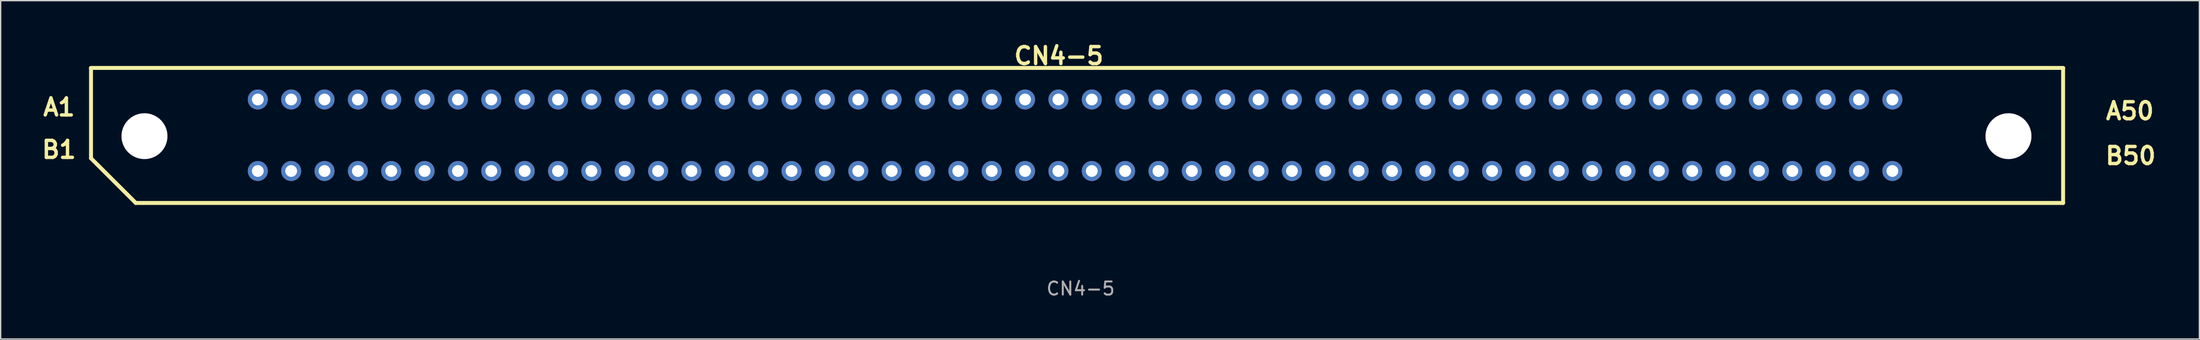
<source format=kicad_pcb>
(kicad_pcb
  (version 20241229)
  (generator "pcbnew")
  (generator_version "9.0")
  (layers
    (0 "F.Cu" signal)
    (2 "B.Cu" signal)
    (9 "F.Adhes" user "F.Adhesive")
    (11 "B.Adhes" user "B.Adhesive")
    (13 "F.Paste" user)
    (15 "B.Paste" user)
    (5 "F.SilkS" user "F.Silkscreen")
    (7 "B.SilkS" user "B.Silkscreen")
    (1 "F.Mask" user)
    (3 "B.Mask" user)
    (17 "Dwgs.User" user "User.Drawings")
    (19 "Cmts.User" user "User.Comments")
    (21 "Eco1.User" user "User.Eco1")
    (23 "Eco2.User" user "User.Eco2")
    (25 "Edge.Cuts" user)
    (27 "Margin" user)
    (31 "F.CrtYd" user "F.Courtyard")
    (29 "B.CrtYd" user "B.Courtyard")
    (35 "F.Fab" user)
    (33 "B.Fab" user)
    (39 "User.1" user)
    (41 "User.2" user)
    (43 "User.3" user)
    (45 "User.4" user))
  (footprint "CN4-5"
    (layer "F.Cu")
    (at 79.23 16.487)
    (property "Reference" "CN4-5" (at -1.66 -15.27 0) (unlocked yes) (layer "F.SilkS") (effects (font (size 1.3 1.3) (thickness 0.26) (bold yes))))
    (attr through_hole)
    (fp_line (start -75.36 -14.35) (end -71.57 -14.35) (stroke (width 0.3) (type solid)) (layer "F.SilkS"))
    (fp_line (start -75.35 -7.45) (end -75.35 -14.34) (stroke (width 0.3) (type solid)) (layer "F.SilkS"))
    (fp_line (start -71.94 -4.04) (end -75.35 -7.45) (stroke (width 0.3) (type solid)) (layer "F.SilkS"))
    (fp_line (start -71.57 -14.35) (end 74.81 -14.35) (stroke (width 0.3) (type solid)) (layer "F.SilkS"))
    (fp_line (start 74.81 -14.35) (end 74.81 -4.04) (stroke (width 0.3) (type solid)) (layer "F.SilkS"))
    (fp_line (start 74.81 -4.04) (end -71.94 -4.04) (stroke (width 0.3) (type solid)) (layer "F.SilkS"))
    (fp_text user "A1" (at -79.13 -10.59 0) (unlocked yes) (layer "F.SilkS") (effects (font (size 1.3 1.3) (thickness 0.26) (bold yes)) (justify left bottom)))
    (fp_text user "B50" (at 77.89 -6.88 0) (unlocked yes) (layer "F.SilkS") (effects (font (size 1.3 1.3) (thickness 0.26) (bold yes)) (justify left bottom)))
    (fp_text user "A50" (at 77.93 -10.3 0) (unlocked yes) (layer "F.SilkS") (effects (font (size 1.3 1.3) (thickness 0.26) (bold yes)) (justify left bottom)))
    (fp_text user "B1" (at -79.23 -7.35 0) (unlocked yes) (layer "F.SilkS") (effects (font (size 1.3 1.3) (thickness 0.26) (bold yes)) (justify left bottom)))
    (fp_text user "${REFERENCE}" (at 0 2.5 0) (unlocked yes) (layer "F.Fab") (effects (font (size 1 1) (thickness 0.15))))
    (pad "" np_thru_hole circle (at -71.28 -9.14) (size 3.5 3.5) (drill 3.5) (layers "*.Cu" "*.Mask"))
    (pad "" np_thru_hole circle (at 70.65 -9.14) (size 3.5 3.5) (drill 3.5) (layers "*.Cu" "*.Mask"))
    (pad "a1" thru_hole circle (at -62.65 -11.94) (size 1.524 1.524) (drill 0.9) (layers "*.Cu" "*.Mask"))
    (pad "a2" thru_hole circle (at -60.11 -11.94) (size 1.524 1.524) (drill 0.9) (layers "*.Cu" "*.Mask"))
    (pad "a3" thru_hole circle (at -57.57 -11.94) (size 1.524 1.524) (drill 0.9) (layers "*.Cu" "*.Mask"))
    (pad "a4" thru_hole circle (at -55.03 -11.94) (size 1.524 1.524) (drill 0.9) (layers "*.Cu" "*.Mask"))
    (pad "a5" thru_hole circle (at -52.49 -11.94) (size 1.524 1.524) (drill 0.9) (layers "*.Cu" "*.Mask"))
    (pad "a6" thru_hole circle (at -49.95 -11.94) (size 1.524 1.524) (drill 0.9) (layers "*.Cu" "*.Mask"))
    (pad "a7" thru_hole circle (at -47.41 -11.94) (size 1.524 1.524) (drill 0.9) (layers "*.Cu" "*.Mask"))
    (pad "a8" thru_hole circle (at -44.87 -11.94) (size 1.524 1.524) (drill 0.9) (layers "*.Cu" "*.Mask"))
    (pad "a9" thru_hole circle (at -42.33 -11.94) (size 1.524 1.524) (drill 0.9) (layers "*.Cu" "*.Mask"))
    (pad "a10" thru_hole circle (at -39.79 -11.94) (size 1.524 1.524) (drill 0.9) (layers "*.Cu" "*.Mask"))
    (pad "a11" thru_hole circle (at -37.25 -11.94) (size 1.524 1.524) (drill 0.9) (layers "*.Cu" "*.Mask"))
    (pad "a12" thru_hole circle (at -34.71 -11.94) (size 1.524 1.524) (drill 0.9) (layers "*.Cu" "*.Mask"))
    (pad "a13" thru_hole circle (at -32.17 -11.94) (size 1.524 1.524) (drill 0.9) (layers "*.Cu" "*.Mask"))
    (pad "a14" thru_hole circle (at -29.63 -11.94) (size 1.524 1.524) (drill 0.9) (layers "*.Cu" "*.Mask"))
    (pad "a15" thru_hole circle (at -27.09 -11.94) (size 1.524 1.524) (drill 0.9) (layers "*.Cu" "*.Mask"))
    (pad "a16" thru_hole circle (at -24.55 -11.94) (size 1.524 1.524) (drill 0.9) (layers "*.Cu" "*.Mask"))
    (pad "a17" thru_hole circle (at -22.01 -11.94) (size 1.524 1.524) (drill 0.9) (layers "*.Cu" "*.Mask"))
    (pad "a18" thru_hole circle (at -19.47 -11.94) (size 1.524 1.524) (drill 0.9) (layers "*.Cu" "*.Mask"))
    (pad "a19" thru_hole circle (at -16.93 -11.94) (size 1.524 1.524) (drill 0.9) (layers "*.Cu" "*.Mask"))
    (pad "a20" thru_hole circle (at -14.39 -11.94) (size 1.524 1.524) (drill 0.9) (layers "*.Cu" "*.Mask"))
    (pad "a21" thru_hole circle (at -11.85 -11.94) (size 1.524 1.524) (drill 0.9) (layers "*.Cu" "*.Mask"))
    (pad "a22" thru_hole circle (at -9.31 -11.94) (size 1.524 1.524) (drill 0.9) (layers "*.Cu" "*.Mask"))
    (pad "a23" thru_hole circle (at -6.77 -11.94) (size 1.524 1.524) (drill 0.9) (layers "*.Cu" "*.Mask"))
    (pad "a24" thru_hole circle (at -4.23 -11.94) (size 1.524 1.524) (drill 0.9) (layers "*.Cu" "*.Mask"))
    (pad "a25" thru_hole circle (at -1.69 -11.94) (size 1.524 1.524) (drill 0.9) (layers "*.Cu" "*.Mask"))
    (pad "a26" thru_hole circle (at 0.85 -11.94) (size 1.524 1.524) (drill 0.9) (layers "*.Cu" "*.Mask"))
    (pad "a27" thru_hole circle (at 3.39 -11.94) (size 1.524 1.524) (drill 0.9) (layers "*.Cu" "*.Mask"))
    (pad "a28" thru_hole circle (at 5.93 -11.94) (size 1.524 1.524) (drill 0.9) (layers "*.Cu" "*.Mask"))
    (pad "a29" thru_hole circle (at 8.47 -11.94) (size 1.524 1.524) (drill 0.9) (layers "*.Cu" "*.Mask"))
    (pad "a30" thru_hole circle (at 11.01 -11.94) (size 1.524 1.524) (drill 0.9) (layers "*.Cu" "*.Mask"))
    (pad "a31" thru_hole circle (at 13.55 -11.94) (size 1.524 1.524) (drill 0.9) (layers "*.Cu" "*.Mask"))
    (pad "a32" thru_hole circle (at 16.09 -11.94) (size 1.524 1.524) (drill 0.9) (layers "*.Cu" "*.Mask"))
    (pad "a33" thru_hole circle (at 18.63 -11.94) (size 1.524 1.524) (drill 0.9) (layers "*.Cu" "*.Mask"))
    (pad "a34" thru_hole circle (at 21.17 -11.94) (size 1.524 1.524) (drill 0.9) (layers "*.Cu" "*.Mask"))
    (pad "a35" thru_hole circle (at 23.71 -11.94) (size 1.524 1.524) (drill 0.9) (layers "*.Cu" "*.Mask"))
    (pad "a36" thru_hole circle (at 26.25 -11.94) (size 1.524 1.524) (drill 0.9) (layers "*.Cu" "*.Mask"))
    (pad "a37" thru_hole circle (at 28.79 -11.94) (size 1.524 1.524) (drill 0.9) (layers "*.Cu" "*.Mask"))
    (pad "a38" thru_hole circle (at 31.33 -11.94) (size 1.524 1.524) (drill 0.9) (layers "*.Cu" "*.Mask"))
    (pad "a39" thru_hole circle (at 33.87 -11.94) (size 1.524 1.524) (drill 0.9) (layers "*.Cu" "*.Mask"))
    (pad "a40" thru_hole circle (at 36.41 -11.94) (size 1.524 1.524) (drill 0.9) (layers "*.Cu" "*.Mask"))
    (pad "a41" thru_hole circle (at 38.95 -11.94) (size 1.524 1.524) (drill 0.9) (layers "*.Cu" "*.Mask"))
    (pad "a42" thru_hole circle (at 41.49 -11.94) (size 1.524 1.524) (drill 0.9) (layers "*.Cu" "*.Mask"))
    (pad "a43" thru_hole circle (at 44.03 -11.94) (size 1.524 1.524) (drill 0.9) (layers "*.Cu" "*.Mask"))
    (pad "a44" thru_hole circle (at 46.57 -11.94) (size 1.524 1.524) (drill 0.9) (layers "*.Cu" "*.Mask"))
    (pad "a45" thru_hole circle (at 49.11 -11.94) (size 1.524 1.524) (drill 0.9) (layers "*.Cu" "*.Mask"))
    (pad "a46" thru_hole circle (at 51.65 -11.94) (size 1.524 1.524) (drill 0.9) (layers "*.Cu" "*.Mask"))
    (pad "a47" thru_hole circle (at 54.19 -11.94) (size 1.524 1.524) (drill 0.9) (layers "*.Cu" "*.Mask"))
    (pad "a48" thru_hole circle (at 56.73 -11.94) (size 1.524 1.524) (drill 0.9) (layers "*.Cu" "*.Mask"))
    (pad "a49" thru_hole circle (at 59.27 -11.94) (size 1.524 1.524) (drill 0.9) (layers "*.Cu" "*.Mask"))
    (pad "a50" thru_hole circle (at 61.81 -11.94) (size 1.524 1.524) (drill 0.9) (layers "*.Cu" "*.Mask"))
    (pad "b1" thru_hole circle (at -62.65 -6.48) (size 1.524 1.524) (drill 0.9) (layers "*.Cu" "*.Mask"))
    (pad "b2" thru_hole circle (at -60.11 -6.48) (size 1.524 1.524) (drill 0.9) (layers "*.Cu" "*.Mask"))
    (pad "b3" thru_hole circle (at -57.57 -6.48) (size 1.524 1.524) (drill 0.9) (layers "*.Cu" "*.Mask"))
    (pad "b4" thru_hole circle (at -55.03 -6.48) (size 1.524 1.524) (drill 0.9) (layers "*.Cu" "*.Mask"))
    (pad "b5" thru_hole circle (at -52.49 -6.48) (size 1.524 1.524) (drill 0.9) (layers "*.Cu" "*.Mask"))
    (pad "b6" thru_hole circle (at -49.95 -6.48) (size 1.524 1.524) (drill 0.9) (layers "*.Cu" "*.Mask"))
    (pad "b7" thru_hole circle (at -47.41 -6.48) (size 1.524 1.524) (drill 0.9) (layers "*.Cu" "*.Mask"))
    (pad "b8" thru_hole circle (at -44.87 -6.48) (size 1.524 1.524) (drill 0.9) (layers "*.Cu" "*.Mask"))
    (pad "b9" thru_hole circle (at -42.33 -6.48) (size 1.524 1.524) (drill 0.9) (layers "*.Cu" "*.Mask"))
    (pad "b10" thru_hole circle (at -39.79 -6.48) (size 1.524 1.524) (drill 0.9) (layers "*.Cu" "*.Mask"))
    (pad "b11" thru_hole circle (at -37.25 -6.48) (size 1.524 1.524) (drill 0.9) (layers "*.Cu" "*.Mask"))
    (pad "b12" thru_hole circle (at -34.71 -6.48) (size 1.524 1.524) (drill 0.9) (layers "*.Cu" "*.Mask"))
    (pad "b13" thru_hole circle (at -32.17 -6.48) (size 1.524 1.524) (drill 0.9) (layers "*.Cu" "*.Mask"))
    (pad "b14" thru_hole circle (at -29.63 -6.48) (size 1.524 1.524) (drill 0.9) (layers "*.Cu" "*.Mask"))
    (pad "b15" thru_hole circle (at -27.09 -6.48) (size 1.524 1.524) (drill 0.9) (layers "*.Cu" "*.Mask"))
    (pad "b16" thru_hole circle (at -24.55 -6.48) (size 1.524 1.524) (drill 0.9) (layers "*.Cu" "*.Mask"))
    (pad "b17" thru_hole circle (at -22.01 -6.48) (size 1.524 1.524) (drill 0.9) (layers "*.Cu" "*.Mask"))
    (pad "b18" thru_hole circle (at -19.47 -6.48) (size 1.524 1.524) (drill 0.9) (layers "*.Cu" "*.Mask"))
    (pad "b19" thru_hole circle (at -16.93 -6.48) (size 1.524 1.524) (drill 0.9) (layers "*.Cu" "*.Mask"))
    (pad "b20" thru_hole circle (at -14.39 -6.48) (size 1.524 1.524) (drill 0.9) (layers "*.Cu" "*.Mask"))
    (pad "b21" thru_hole circle (at -11.85 -6.48) (size 1.524 1.524) (drill 0.9) (layers "*.Cu" "*.Mask"))
    (pad "b22" thru_hole circle (at -9.31 -6.48) (size 1.524 1.524) (drill 0.9) (layers "*.Cu" "*.Mask"))
    (pad "b23" thru_hole circle (at -6.77 -6.48) (size 1.524 1.524) (drill 0.9) (layers "*.Cu" "*.Mask"))
    (pad "b24" thru_hole circle (at -4.23 -6.48) (size 1.524 1.524) (drill 0.9) (layers "*.Cu" "*.Mask"))
    (pad "b25" thru_hole circle (at -1.69 -6.48) (size 1.524 1.524) (drill 0.9) (layers "*.Cu" "*.Mask"))
    (pad "b26" thru_hole circle (at 0.85 -6.48) (size 1.524 1.524) (drill 0.9) (layers "*.Cu" "*.Mask"))
    (pad "b27" thru_hole circle (at 3.39 -6.48) (size 1.524 1.524) (drill 0.9) (layers "*.Cu" "*.Mask"))
    (pad "b28" thru_hole circle (at 5.93 -6.48) (size 1.524 1.524) (drill 0.9) (layers "*.Cu" "*.Mask"))
    (pad "b29" thru_hole circle (at 8.47 -6.48) (size 1.524 1.524) (drill 0.9) (layers "*.Cu" "*.Mask"))
    (pad "b30" thru_hole circle (at 11.01 -6.48) (size 1.524 1.524) (drill 0.9) (layers "*.Cu" "*.Mask"))
    (pad "b31" thru_hole circle (at 13.55 -6.48) (size 1.524 1.524) (drill 0.9) (layers "*.Cu" "*.Mask"))
    (pad "b32" thru_hole circle (at 16.09 -6.48) (size 1.524 1.524) (drill 0.9) (layers "*.Cu" "*.Mask"))
    (pad "b33" thru_hole circle (at 18.63 -6.48) (size 1.524 1.524) (drill 0.9) (layers "*.Cu" "*.Mask"))
    (pad "b34" thru_hole circle (at 21.17 -6.48) (size 1.524 1.524) (drill 0.9) (layers "*.Cu" "*.Mask"))
    (pad "b35" thru_hole circle (at 23.71 -6.48) (size 1.524 1.524) (drill 0.9) (layers "*.Cu" "*.Mask"))
    (pad "b36" thru_hole circle (at 26.25 -6.48) (size 1.524 1.524) (drill 0.9) (layers "*.Cu" "*.Mask"))
    (pad "b37" thru_hole circle (at 28.79 -6.48) (size 1.524 1.524) (drill 0.9) (layers "*.Cu" "*.Mask"))
    (pad "b38" thru_hole circle (at 31.33 -6.48) (size 1.524 1.524) (drill 0.9) (layers "*.Cu" "*.Mask"))
    (pad "b39" thru_hole circle (at 33.87 -6.48) (size 1.524 1.524) (drill 0.9) (layers "*.Cu" "*.Mask"))
    (pad "b40" thru_hole circle (at 36.41 -6.48) (size 1.524 1.524) (drill 0.9) (layers "*.Cu" "*.Mask"))
    (pad "b41" thru_hole circle (at 38.95 -6.48) (size 1.524 1.524) (drill 0.9) (layers "*.Cu" "*.Mask"))
    (pad "b42" thru_hole circle (at 41.49 -6.48) (size 1.524 1.524) (drill 0.9) (layers "*.Cu" "*.Mask"))
    (pad "b43" thru_hole circle (at 44.03 -6.48) (size 1.524 1.524) (drill 0.9) (layers "*.Cu" "*.Mask"))
    (pad "b44" thru_hole circle (at 46.57 -6.48) (size 1.524 1.524) (drill 0.9) (layers "*.Cu" "*.Mask"))
    (pad "b45" thru_hole circle (at 49.11 -6.48) (size 1.524 1.524) (drill 0.9) (layers "*.Cu" "*.Mask"))
    (pad "b46" thru_hole circle (at 51.65 -6.48) (size 1.524 1.524) (drill 0.9) (layers "*.Cu" "*.Mask"))
    (pad "b47" thru_hole circle (at 54.19 -6.48) (size 1.524 1.524) (drill 0.9) (layers "*.Cu" "*.Mask"))
    (pad "b48" thru_hole circle (at 56.73 -6.48) (size 1.524 1.524) (drill 0.9) (layers "*.Cu" "*.Mask"))
    (pad "b49" thru_hole circle (at 59.27 -6.48) (size 1.524 1.524) (drill 0.9) (layers "*.Cu" "*.Mask"))
    (pad "b50" thru_hole circle (at 61.81 -6.48) (size 1.524 1.524) (drill 0.9) (layers "*.Cu" "*.Mask")))
  (gr_rect
    (start -3 -3)
    (end 164.416 22.835)
    (stroke (width 0.1) (type default))
    (fill no)
    (layer "Edge.Cuts")))
</source>
